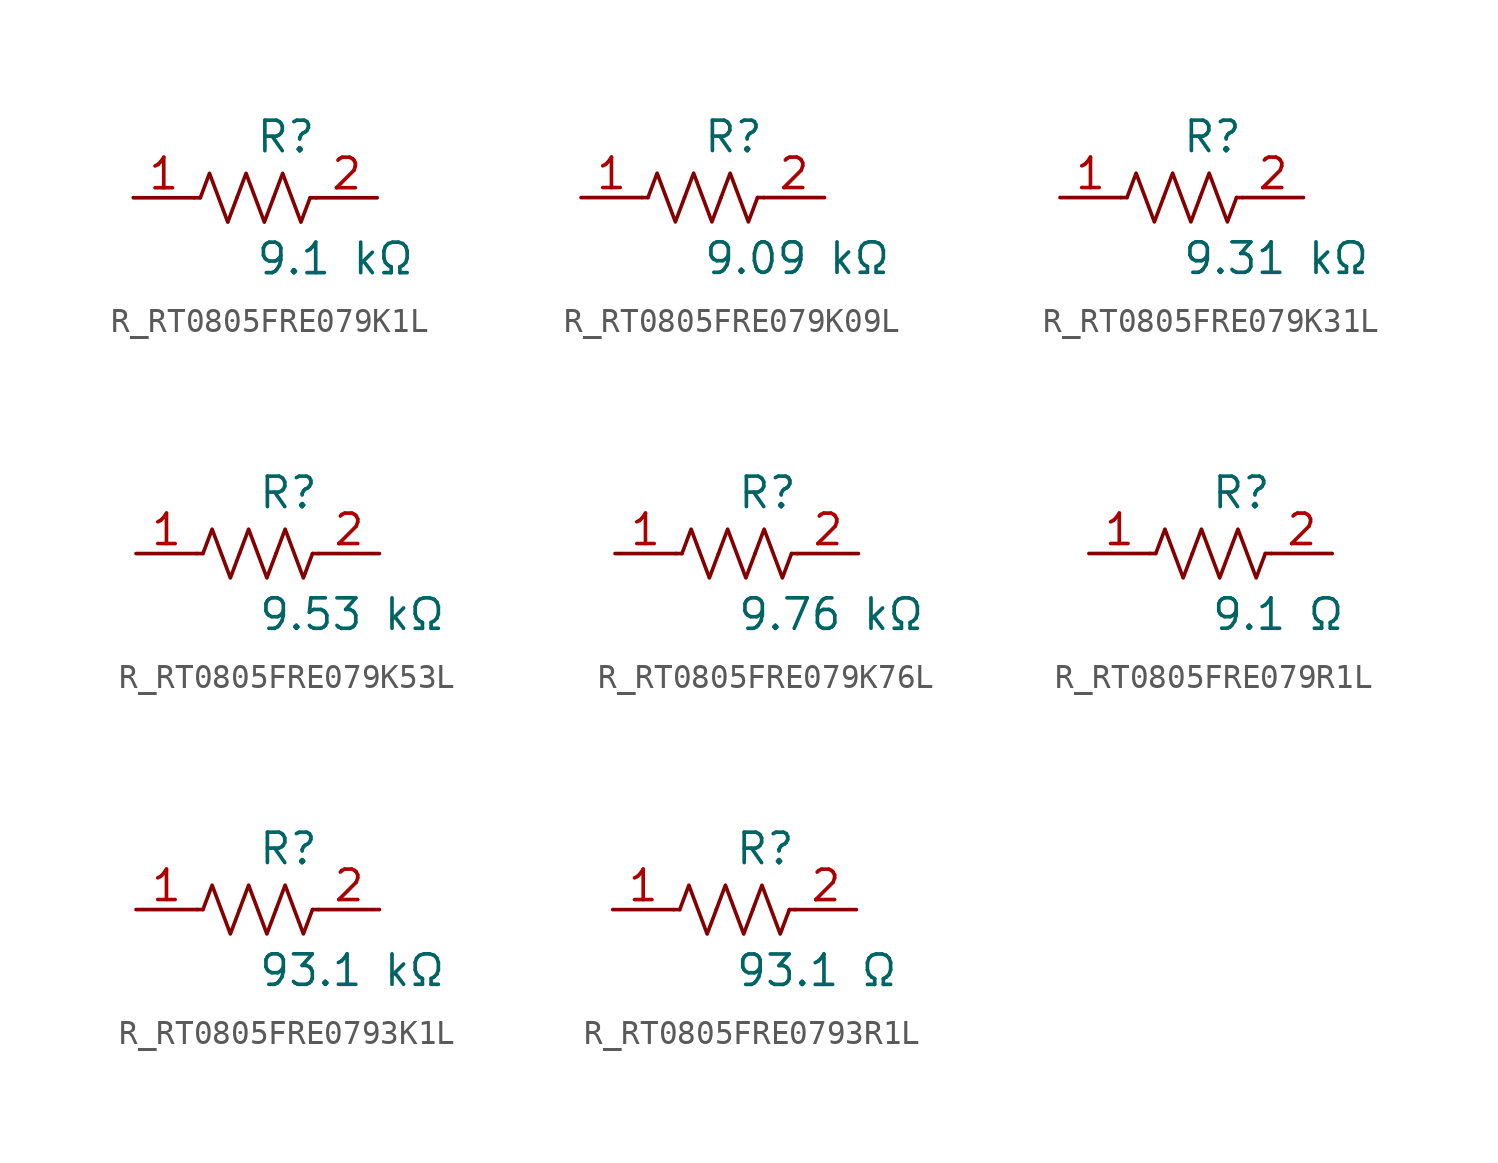
<source format=kicad_sym>
(kicad_symbol_lib
  (version 20231120)
  (generator kicad_symbol_editor)
  (generator_version 8.0)
  (symbol "R_RT0805FRE079K1L"
    (pin_names
      (offset 0.254))
    (property "Reference" "R"
      (at 0 2.54 0)
      (effects (font (size 1.27 1.27)) (justify left)))
    (property "Value" "9.1 kΩ"
      (at 0 -2.54 0)
      (effects (font (size 1.27 1.27)) (justify left)))
    (symbol "R_RT0805FRE079K1L_0_1"
      (polyline (pts (xy 2.286 0) (xy 2.54 0)) (stroke (width 0) (type default)) (fill (type none)))
      (polyline (pts (xy -2.286 0) (xy -2.54 0)) (stroke (width 0) (type default)) (fill (type none)))
      (polyline (pts (xy 0.762 0) (xy 1.143 1.016) (xy 1.524 0) (xy 1.905 -1.016) (xy 2.286 0)) (stroke (width 0) (type default)) (fill (type none)))
      (polyline (pts (xy -0.762 0) (xy -0.381 1.016) (xy 0 0) (xy 0.381 -1.016) (xy 0.762 0)) (stroke (width 0) (type default)) (fill (type none)))
      (polyline (pts (xy -2.286 0) (xy -1.905 1.016) (xy -1.524 0) (xy -1.143 -1.016) (xy -0.762 0)) (stroke (width 0) (type default)) (fill (type none))))
    (pin passive line
      (at -5.08 0 0)
      (length 2.54)
      (name "" (effects (font (size 1.27 1.27))))
      (number "1" (effects (font (size 1.27 1.27)))))
    (pin passive line
      (at 5.08 0 180)
      (length 2.54)
      (name "" (effects (font (size 1.27 1.27))))
      (number "2" (effects (font (size 1.27 1.27))))))
  (symbol "R_RT0805FRE079K09L"
    (pin_names
      (offset 0.254))
    (property "Reference" "R"
      (at 0 2.54 0)
      (effects (font (size 1.27 1.27)) (justify left)))
    (property "Value" "9.09 kΩ"
      (at 0 -2.54 0)
      (effects (font (size 1.27 1.27)) (justify left)))
    (symbol "R_RT0805FRE079K09L_0_1"
      (polyline (pts (xy 2.286 0) (xy 2.54 0)) (stroke (width 0) (type default)) (fill (type none)))
      (polyline (pts (xy -2.286 0) (xy -2.54 0)) (stroke (width 0) (type default)) (fill (type none)))
      (polyline (pts (xy 0.762 0) (xy 1.143 1.016) (xy 1.524 0) (xy 1.905 -1.016) (xy 2.286 0)) (stroke (width 0) (type default)) (fill (type none)))
      (polyline (pts (xy -0.762 0) (xy -0.381 1.016) (xy 0 0) (xy 0.381 -1.016) (xy 0.762 0)) (stroke (width 0) (type default)) (fill (type none)))
      (polyline (pts (xy -2.286 0) (xy -1.905 1.016) (xy -1.524 0) (xy -1.143 -1.016) (xy -0.762 0)) (stroke (width 0) (type default)) (fill (type none))))
    (pin passive line
      (at -5.08 0 0)
      (length 2.54)
      (name "" (effects (font (size 1.27 1.27))))
      (number "1" (effects (font (size 1.27 1.27)))))
    (pin passive line
      (at 5.08 0 180)
      (length 2.54)
      (name "" (effects (font (size 1.27 1.27))))
      (number "2" (effects (font (size 1.27 1.27))))))
  (symbol "R_RT0805FRE079K31L"
    (pin_names
      (offset 0.254))
    (property "Reference" "R"
      (at 0 2.54 0)
      (effects (font (size 1.27 1.27)) (justify left)))
    (property "Value" "9.31 kΩ"
      (at 0 -2.54 0)
      (effects (font (size 1.27 1.27)) (justify left)))
    (symbol "R_RT0805FRE079K31L_0_1"
      (polyline (pts (xy 2.286 0) (xy 2.54 0)) (stroke (width 0) (type default)) (fill (type none)))
      (polyline (pts (xy -2.286 0) (xy -2.54 0)) (stroke (width 0) (type default)) (fill (type none)))
      (polyline (pts (xy 0.762 0) (xy 1.143 1.016) (xy 1.524 0) (xy 1.905 -1.016) (xy 2.286 0)) (stroke (width 0) (type default)) (fill (type none)))
      (polyline (pts (xy -0.762 0) (xy -0.381 1.016) (xy 0 0) (xy 0.381 -1.016) (xy 0.762 0)) (stroke (width 0) (type default)) (fill (type none)))
      (polyline (pts (xy -2.286 0) (xy -1.905 1.016) (xy -1.524 0) (xy -1.143 -1.016) (xy -0.762 0)) (stroke (width 0) (type default)) (fill (type none))))
    (pin passive line
      (at -5.08 0 0)
      (length 2.54)
      (name "" (effects (font (size 1.27 1.27))))
      (number "1" (effects (font (size 1.27 1.27)))))
    (pin passive line
      (at 5.08 0 180)
      (length 2.54)
      (name "" (effects (font (size 1.27 1.27))))
      (number "2" (effects (font (size 1.27 1.27))))))
  (symbol "R_RT0805FRE079K53L"
    (pin_names
      (offset 0.254))
    (property "Reference" "R"
      (at 0 2.54 0)
      (effects (font (size 1.27 1.27)) (justify left)))
    (property "Value" "9.53 kΩ"
      (at 0 -2.54 0)
      (effects (font (size 1.27 1.27)) (justify left)))
    (symbol "R_RT0805FRE079K53L_0_1"
      (polyline (pts (xy 2.286 0) (xy 2.54 0)) (stroke (width 0) (type default)) (fill (type none)))
      (polyline (pts (xy -2.286 0) (xy -2.54 0)) (stroke (width 0) (type default)) (fill (type none)))
      (polyline (pts (xy 0.762 0) (xy 1.143 1.016) (xy 1.524 0) (xy 1.905 -1.016) (xy 2.286 0)) (stroke (width 0) (type default)) (fill (type none)))
      (polyline (pts (xy -0.762 0) (xy -0.381 1.016) (xy 0 0) (xy 0.381 -1.016) (xy 0.762 0)) (stroke (width 0) (type default)) (fill (type none)))
      (polyline (pts (xy -2.286 0) (xy -1.905 1.016) (xy -1.524 0) (xy -1.143 -1.016) (xy -0.762 0)) (stroke (width 0) (type default)) (fill (type none))))
    (pin passive line
      (at -5.08 0 0)
      (length 2.54)
      (name "" (effects (font (size 1.27 1.27))))
      (number "1" (effects (font (size 1.27 1.27)))))
    (pin passive line
      (at 5.08 0 180)
      (length 2.54)
      (name "" (effects (font (size 1.27 1.27))))
      (number "2" (effects (font (size 1.27 1.27))))))
  (symbol "R_RT0805FRE079K76L"
    (pin_names
      (offset 0.254))
    (property "Reference" "R"
      (at 0 2.54 0)
      (effects (font (size 1.27 1.27)) (justify left)))
    (property "Value" "9.76 kΩ"
      (at 0 -2.54 0)
      (effects (font (size 1.27 1.27)) (justify left)))
    (symbol "R_RT0805FRE079K76L_0_1"
      (polyline (pts (xy 2.286 0) (xy 2.54 0)) (stroke (width 0) (type default)) (fill (type none)))
      (polyline (pts (xy -2.286 0) (xy -2.54 0)) (stroke (width 0) (type default)) (fill (type none)))
      (polyline (pts (xy 0.762 0) (xy 1.143 1.016) (xy 1.524 0) (xy 1.905 -1.016) (xy 2.286 0)) (stroke (width 0) (type default)) (fill (type none)))
      (polyline (pts (xy -0.762 0) (xy -0.381 1.016) (xy 0 0) (xy 0.381 -1.016) (xy 0.762 0)) (stroke (width 0) (type default)) (fill (type none)))
      (polyline (pts (xy -2.286 0) (xy -1.905 1.016) (xy -1.524 0) (xy -1.143 -1.016) (xy -0.762 0)) (stroke (width 0) (type default)) (fill (type none))))
    (pin passive line
      (at -5.08 0 0)
      (length 2.54)
      (name "" (effects (font (size 1.27 1.27))))
      (number "1" (effects (font (size 1.27 1.27)))))
    (pin passive line
      (at 5.08 0 180)
      (length 2.54)
      (name "" (effects (font (size 1.27 1.27))))
      (number "2" (effects (font (size 1.27 1.27))))))
  (symbol "R_RT0805FRE079R1L"
    (pin_names
      (offset 0.254))
    (property "Reference" "R"
      (at 0 2.54 0)
      (effects (font (size 1.27 1.27)) (justify left)))
    (property "Value" "9.1 Ω"
      (at 0 -2.54 0)
      (effects (font (size 1.27 1.27)) (justify left)))
    (symbol "R_RT0805FRE079R1L_0_1"
      (polyline (pts (xy 2.286 0) (xy 2.54 0)) (stroke (width 0) (type default)) (fill (type none)))
      (polyline (pts (xy -2.286 0) (xy -2.54 0)) (stroke (width 0) (type default)) (fill (type none)))
      (polyline (pts (xy 0.762 0) (xy 1.143 1.016) (xy 1.524 0) (xy 1.905 -1.016) (xy 2.286 0)) (stroke (width 0) (type default)) (fill (type none)))
      (polyline (pts (xy -0.762 0) (xy -0.381 1.016) (xy 0 0) (xy 0.381 -1.016) (xy 0.762 0)) (stroke (width 0) (type default)) (fill (type none)))
      (polyline (pts (xy -2.286 0) (xy -1.905 1.016) (xy -1.524 0) (xy -1.143 -1.016) (xy -0.762 0)) (stroke (width 0) (type default)) (fill (type none))))
    (pin passive line
      (at -5.08 0 0)
      (length 2.54)
      (name "" (effects (font (size 1.27 1.27))))
      (number "1" (effects (font (size 1.27 1.27)))))
    (pin passive line
      (at 5.08 0 180)
      (length 2.54)
      (name "" (effects (font (size 1.27 1.27))))
      (number "2" (effects (font (size 1.27 1.27))))))
  (symbol "R_RT0805FRE0793K1L"
    (pin_names
      (offset 0.254))
    (property "Reference" "R"
      (at 0 2.54 0)
      (effects (font (size 1.27 1.27)) (justify left)))
    (property "Value" "93.1 kΩ"
      (at 0 -2.54 0)
      (effects (font (size 1.27 1.27)) (justify left)))
    (symbol "R_RT0805FRE0793K1L_0_1"
      (polyline (pts (xy 2.286 0) (xy 2.54 0)) (stroke (width 0) (type default)) (fill (type none)))
      (polyline (pts (xy -2.286 0) (xy -2.54 0)) (stroke (width 0) (type default)) (fill (type none)))
      (polyline (pts (xy 0.762 0) (xy 1.143 1.016) (xy 1.524 0) (xy 1.905 -1.016) (xy 2.286 0)) (stroke (width 0) (type default)) (fill (type none)))
      (polyline (pts (xy -0.762 0) (xy -0.381 1.016) (xy 0 0) (xy 0.381 -1.016) (xy 0.762 0)) (stroke (width 0) (type default)) (fill (type none)))
      (polyline (pts (xy -2.286 0) (xy -1.905 1.016) (xy -1.524 0) (xy -1.143 -1.016) (xy -0.762 0)) (stroke (width 0) (type default)) (fill (type none))))
    (pin passive line
      (at -5.08 0 0)
      (length 2.54)
      (name "" (effects (font (size 1.27 1.27))))
      (number "1" (effects (font (size 1.27 1.27)))))
    (pin passive line
      (at 5.08 0 180)
      (length 2.54)
      (name "" (effects (font (size 1.27 1.27))))
      (number "2" (effects (font (size 1.27 1.27))))))
  (symbol "R_RT0805FRE0793R1L"
    (pin_names
      (offset 0.254))
    (property "Reference" "R"
      (at 0 2.54 0)
      (effects (font (size 1.27 1.27)) (justify left)))
    (property "Value" "93.1 Ω"
      (at 0 -2.54 0)
      (effects (font (size 1.27 1.27)) (justify left)))
    (symbol "R_RT0805FRE0793R1L_0_1"
      (polyline (pts (xy 2.286 0) (xy 2.54 0)) (stroke (width 0) (type default)) (fill (type none)))
      (polyline (pts (xy -2.286 0) (xy -2.54 0)) (stroke (width 0) (type default)) (fill (type none)))
      (polyline (pts (xy 0.762 0) (xy 1.143 1.016) (xy 1.524 0) (xy 1.905 -1.016) (xy 2.286 0)) (stroke (width 0) (type default)) (fill (type none)))
      (polyline (pts (xy -0.762 0) (xy -0.381 1.016) (xy 0 0) (xy 0.381 -1.016) (xy 0.762 0)) (stroke (width 0) (type default)) (fill (type none)))
      (polyline (pts (xy -2.286 0) (xy -1.905 1.016) (xy -1.524 0) (xy -1.143 -1.016) (xy -0.762 0)) (stroke (width 0) (type default)) (fill (type none))))
    (pin passive line
      (at -5.08 0 0)
      (length 2.54)
      (name "" (effects (font (size 1.27 1.27))))
      (number "1" (effects (font (size 1.27 1.27)))))
    (pin passive line
      (at 5.08 0 180)
      (length 2.54)
      (name "" (effects (font (size 1.27 1.27))))
      (number "2" (effects (font (size 1.27 1.27)))))))
</source>
